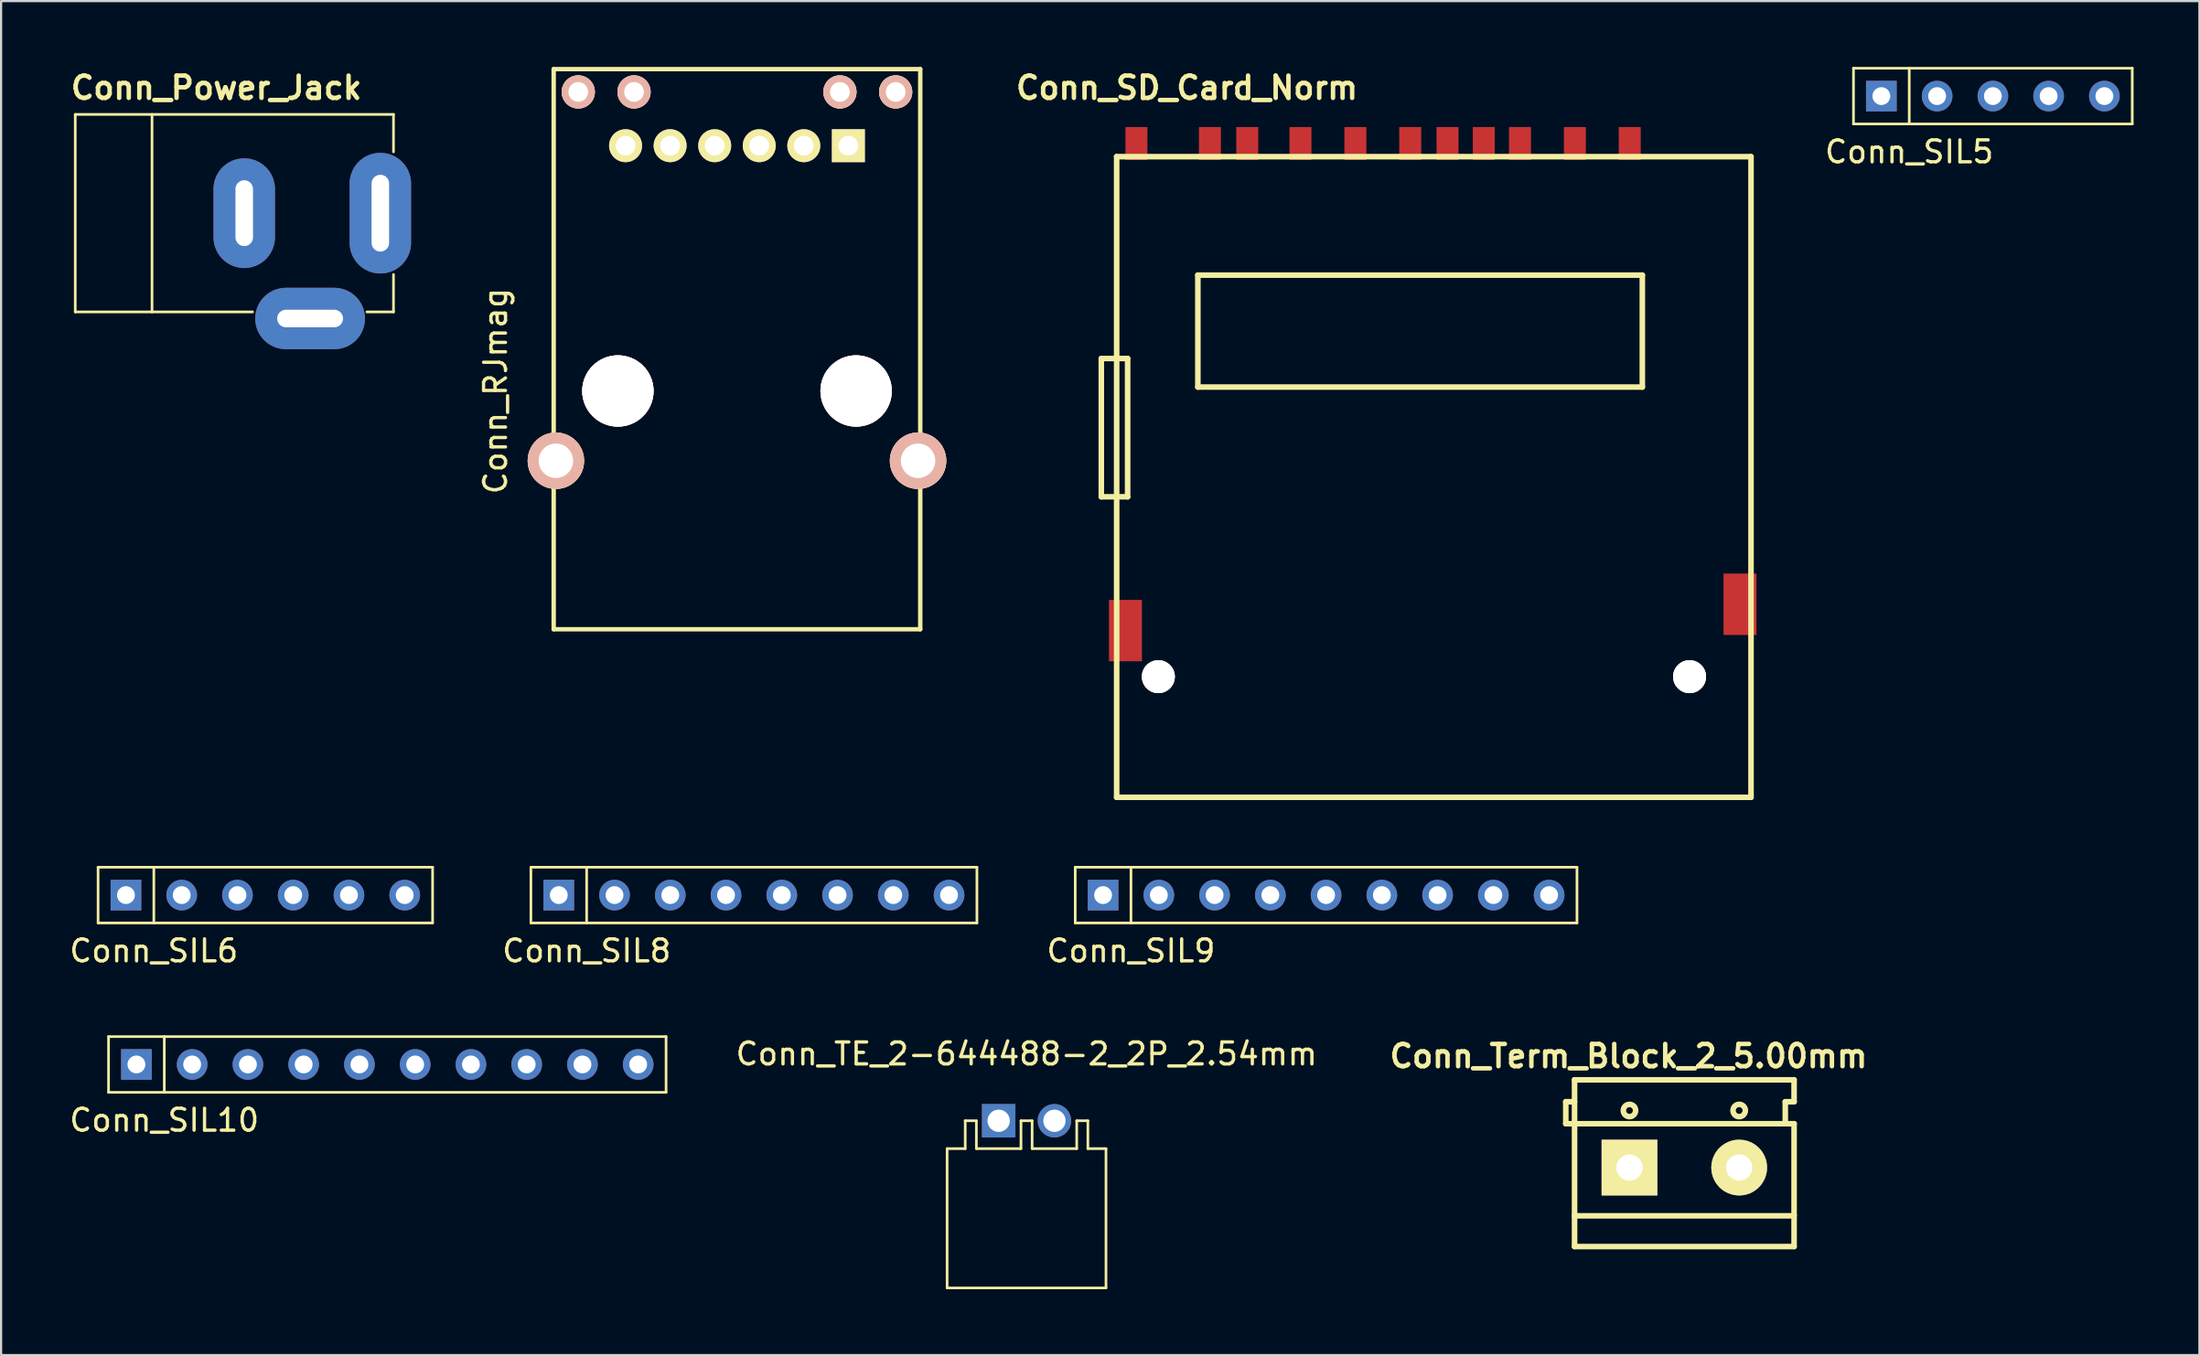
<source format=kicad_pcb>
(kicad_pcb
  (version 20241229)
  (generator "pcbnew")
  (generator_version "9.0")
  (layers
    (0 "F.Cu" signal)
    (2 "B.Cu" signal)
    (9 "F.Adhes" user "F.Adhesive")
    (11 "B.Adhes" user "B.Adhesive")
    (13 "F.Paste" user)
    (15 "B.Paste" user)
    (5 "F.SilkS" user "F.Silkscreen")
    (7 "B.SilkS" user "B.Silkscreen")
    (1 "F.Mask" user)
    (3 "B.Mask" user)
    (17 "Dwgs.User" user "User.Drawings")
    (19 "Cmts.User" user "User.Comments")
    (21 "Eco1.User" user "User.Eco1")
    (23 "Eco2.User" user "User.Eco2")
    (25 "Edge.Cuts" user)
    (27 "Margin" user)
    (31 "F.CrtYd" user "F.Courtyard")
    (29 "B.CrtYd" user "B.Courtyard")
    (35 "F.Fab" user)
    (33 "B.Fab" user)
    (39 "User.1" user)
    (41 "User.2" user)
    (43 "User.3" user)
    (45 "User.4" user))
  (footprint "Conn_Power_Jack"
    (layer "F.Cu")
    (at 8.077 6.666)
    (property "Reference" "Conn_Power_Jack" (at -1.27 -5.715 0) (layer "F.SilkS") (effects (font (size 1.016 1.016) (thickness 0.203))))
    (attr through_hole)
    (fp_line (start -7.699 -4.501) (end 6.8 -4.501) (stroke (width 0.12) (type solid)) (layer "F.SilkS"))
    (fp_line (start -7.699 4.501) (end -7.699 -4.501) (stroke (width 0.12) (type solid)) (layer "F.SilkS"))
    (fp_line (start -7.699 4.501) (end 0.381 4.501) (stroke (width 0.12) (type solid)) (layer "F.SilkS"))
    (fp_line (start -4.201 -4.501) (end -4.201 4.501) (stroke (width 0.12) (type solid)) (layer "F.SilkS"))
    (fp_line (start 6.8 -2.794) (end 6.8 -4.501) (stroke (width 0.12) (type solid)) (layer "F.SilkS"))
    (fp_line (start 6.8 4.501) (end 5.588 4.501) (stroke (width 0.12) (type solid)) (layer "F.SilkS"))
    (fp_line (start 6.8 4.501) (end 6.8 2.794) (stroke (width 0.12) (type solid)) (layer "F.SilkS"))
    (pad "1" thru_hole oval (at 6.2 0) (size 2.799 5.499) (drill oval 0.8 3.5) (layers "*.Cu" "*.Mask"))
    (pad "2" thru_hole oval (at 0 0) (size 2.799 5.001) (drill oval 0.8 3) (layers "*.Cu" "*.Mask"))
    (pad "3" thru_hole oval (at 3 4.801) (size 5.001 2.799) (drill oval 3 0.8) (layers "*.Cu" "*.Mask")))
  (footprint "Conn_SIL8"
    (layer "F.Cu")
    (at 31.297 37.747)
    (property "Reference" "Conn_SIL8" (at -7.62 2.54 0) (layer "F.SilkS") (effects (font (size 1 1) (thickness 0.15))))
    (attr through_hole)
    (fp_line (start -10.16 -1.27) (end 10.16 -1.27) (stroke (width 0.12) (type solid)) (layer "F.SilkS"))
    (fp_line (start -10.16 1.27) (end -10.16 -1.27) (stroke (width 0.12) (type solid)) (layer "F.SilkS"))
    (fp_line (start -7.62 1.27) (end -7.62 -1.27) (stroke (width 0.12) (type solid)) (layer "F.SilkS"))
    (fp_line (start 10.16 -1.27) (end 10.16 1.27) (stroke (width 0.12) (type solid)) (layer "F.SilkS"))
    (fp_line (start 10.16 1.27) (end -10.16 1.27) (stroke (width 0.12) (type solid)) (layer "F.SilkS"))
    (pad "1" thru_hole rect (at -8.89 0) (size 1.397 1.397) (drill 0.813) (layers "*.Cu" "*.Mask"))
    (pad "2" thru_hole circle (at -6.35 0) (size 1.397 1.397) (drill 0.813) (layers "*.Cu" "*.Mask"))
    (pad "3" thru_hole circle (at -3.81 0) (size 1.397 1.397) (drill 0.813) (layers "*.Cu" "*.Mask"))
    (pad "4" thru_hole circle (at -1.27 0) (size 1.397 1.397) (drill 0.813) (layers "*.Cu" "*.Mask"))
    (pad "5" thru_hole circle (at 1.27 0) (size 1.397 1.397) (drill 0.813) (layers "*.Cu" "*.Mask"))
    (pad "6" thru_hole circle (at 3.81 0) (size 1.397 1.397) (drill 0.813) (layers "*.Cu" "*.Mask"))
    (pad "7" thru_hole circle (at 6.35 0) (size 1.397 1.397) (drill 0.813) (layers "*.Cu" "*.Mask"))
    (pad "8" thru_hole circle (at 8.89 0) (size 1.397 1.397) (drill 0.813) (layers "*.Cu" "*.Mask")))
  (footprint "Conn_SIL6"
    (layer "F.Cu")
    (at 9.038 37.747)
    (property "Reference" "Conn_SIL6" (at -5.08 2.54 0) (layer "F.SilkS") (effects (font (size 1 1) (thickness 0.15))))
    (attr through_hole)
    (fp_line (start -7.62 -1.27) (end 7.62 -1.27) (stroke (width 0.12) (type solid)) (layer "F.SilkS"))
    (fp_line (start -7.62 1.27) (end -7.62 -1.27) (stroke (width 0.12) (type solid)) (layer "F.SilkS"))
    (fp_line (start -5.08 1.27) (end -5.08 -1.27) (stroke (width 0.12) (type solid)) (layer "F.SilkS"))
    (fp_line (start 7.62 -1.27) (end 7.62 1.27) (stroke (width 0.12) (type solid)) (layer "F.SilkS"))
    (fp_line (start 7.62 1.27) (end -7.62 1.27) (stroke (width 0.12) (type solid)) (layer "F.SilkS"))
    (pad "1" thru_hole rect (at -6.35 0) (size 1.397 1.397) (drill 0.813) (layers "*.Cu" "*.Mask"))
    (pad "2" thru_hole circle (at -3.81 0) (size 1.397 1.397) (drill 0.813) (layers "*.Cu" "*.Mask"))
    (pad "3" thru_hole circle (at -1.27 0) (size 1.397 1.397) (drill 0.813) (layers "*.Cu" "*.Mask"))
    (pad "4" thru_hole circle (at 1.27 0) (size 1.397 1.397) (drill 0.813) (layers "*.Cu" "*.Mask"))
    (pad "5" thru_hole circle (at 3.81 0) (size 1.397 1.397) (drill 0.813) (layers "*.Cu" "*.Mask"))
    (pad "6" thru_hole circle (at 6.35 0) (size 1.397 1.397) (drill 0.813) (layers "*.Cu" "*.Mask")))
  (footprint "Conn_Term_Block_2_5.00mm"
    (layer "F.Cu")
    (at 73.685 50.166)
    (property "Reference" "Conn_Term_Block_2_5.00mm" (at -2.54 -5.08 0) (layer "F.SilkS") (effects (font (size 1.016 1.016) (thickness 0.203))))
    (attr through_hole)
    (fp_line (start -5.4 -3) (end -5.4 -1.999) (stroke (width 0.254) (type solid)) (layer "F.SilkS"))
    (fp_line (start -5.4 -1.999) (end -5.001 -1.999) (stroke (width 0.254) (type solid)) (layer "F.SilkS"))
    (fp_line (start -5.001 -4) (end -5.001 3.599) (stroke (width 0.254) (type solid)) (layer "F.SilkS"))
    (fp_line (start -5.001 -4) (end 5.001 -4) (stroke (width 0.254) (type solid)) (layer "F.SilkS"))
    (fp_line (start -5.001 -3) (end -5.4 -3) (stroke (width 0.254) (type solid)) (layer "F.SilkS"))
    (fp_line (start -5.001 2.2) (end 5.001 2.2) (stroke (width 0.254) (type solid)) (layer "F.SilkS"))
    (fp_line (start -5.001 3.599) (end 5.001 3.599) (stroke (width 0.254) (type solid)) (layer "F.SilkS"))
    (fp_line (start 4.6 -3) (end 5.001 -3) (stroke (width 0.254) (type solid)) (layer "F.SilkS"))
    (fp_line (start 4.6 -1.999) (end -5.001 -1.999) (stroke (width 0.254) (type solid)) (layer "F.SilkS"))
    (fp_line (start 4.6 -1.999) (end 4.6 -3) (stroke (width 0.254) (type solid)) (layer "F.SilkS"))
    (fp_line (start 5.001 -4) (end 5.001 -3) (stroke (width 0.254) (type solid)) (layer "F.SilkS"))
    (fp_line (start 5.001 -1.999) (end 4.6 -1.999) (stroke (width 0.254) (type solid)) (layer "F.SilkS"))
    (fp_line (start 5.001 -1.999) (end 5.001 3.599) (stroke (width 0.254) (type solid)) (layer "F.SilkS"))
    (fp_circle (center -2.499 -2.601) (end -2.697 -2.799) (stroke (width 0.254) (type solid)) (fill no) (layer "F.SilkS"))
    (fp_circle (center 2.499 -2.601) (end 2.299 -2.799) (stroke (width 0.254) (type solid)) (fill no) (layer "F.SilkS"))
    (pad "1" thru_hole rect (at -2.499 0) (size 2.54 2.54) (drill 1.199) (layers "*.Cu" "*.Mask" "F.SilkS"))
    (pad "2" thru_hole circle (at 2.499 0) (size 2.54 2.54) (drill 1.199) (layers "*.Cu" "*.Mask" "F.SilkS")))
  (footprint "Conn_SIL10"
    (layer "F.Cu")
    (at 14.595 45.466)
    (property "Reference" "Conn_SIL10" (at -10.16 2.54 0) (layer "F.SilkS") (effects (font (size 1 1) (thickness 0.15))))
    (attr through_hole)
    (fp_line (start -12.7 -1.27) (end 12.7 -1.27) (stroke (width 0.12) (type solid)) (layer "F.SilkS"))
    (fp_line (start -12.7 1.27) (end -12.7 -1.27) (stroke (width 0.12) (type solid)) (layer "F.SilkS"))
    (fp_line (start -10.16 1.27) (end -10.16 -1.27) (stroke (width 0.12) (type solid)) (layer "F.SilkS"))
    (fp_line (start 12.7 -1.27) (end 12.7 1.27) (stroke (width 0.12) (type solid)) (layer "F.SilkS"))
    (fp_line (start 12.7 1.27) (end -12.7 1.27) (stroke (width 0.12) (type solid)) (layer "F.SilkS"))
    (pad "1" thru_hole rect (at -11.43 0) (size 1.397 1.397) (drill 0.813) (layers "*.Cu" "*.Mask"))
    (pad "2" thru_hole circle (at -8.89 0) (size 1.397 1.397) (drill 0.813) (layers "*.Cu" "*.Mask"))
    (pad "3" thru_hole circle (at -6.35 0) (size 1.397 1.397) (drill 0.813) (layers "*.Cu" "*.Mask"))
    (pad "4" thru_hole circle (at -3.81 0) (size 1.397 1.397) (drill 0.813) (layers "*.Cu" "*.Mask"))
    (pad "5" thru_hole circle (at -1.27 0) (size 1.397 1.397) (drill 0.813) (layers "*.Cu" "*.Mask"))
    (pad "6" thru_hole circle (at 1.27 0) (size 1.397 1.397) (drill 0.813) (layers "*.Cu" "*.Mask"))
    (pad "7" thru_hole circle (at 3.81 0) (size 1.397 1.397) (drill 0.813) (layers "*.Cu" "*.Mask"))
    (pad "8" thru_hole circle (at 6.35 0) (size 1.397 1.397) (drill 0.813) (layers "*.Cu" "*.Mask"))
    (pad "9" thru_hole circle (at 8.89 0) (size 1.397 1.397) (drill 0.813) (layers "*.Cu" "*.Mask"))
    (pad "10" thru_hole circle (at 11.43 0) (size 1.397 1.397) (drill 0.813) (layers "*.Cu" "*.Mask")))
  (footprint "Conn_SIL9"
    (layer "F.Cu")
    (at 57.365 37.747)
    (property "Reference" "Conn_SIL9" (at -8.89 2.54 0) (layer "F.SilkS") (effects (font (size 1 1) (thickness 0.15))))
    (attr through_hole)
    (fp_line (start -11.43 -1.27) (end 11.43 -1.27) (stroke (width 0.12) (type solid)) (layer "F.SilkS"))
    (fp_line (start -11.43 1.27) (end -11.43 -1.27) (stroke (width 0.12) (type solid)) (layer "F.SilkS"))
    (fp_line (start -8.89 1.27) (end -8.89 -1.27) (stroke (width 0.12) (type solid)) (layer "F.SilkS"))
    (fp_line (start 11.43 -1.27) (end 11.43 1.27) (stroke (width 0.12) (type solid)) (layer "F.SilkS"))
    (fp_line (start 11.43 1.27) (end -11.43 1.27) (stroke (width 0.12) (type solid)) (layer "F.SilkS"))
    (pad "1" thru_hole rect (at -10.16 0) (size 1.397 1.397) (drill 0.813) (layers "*.Cu" "*.Mask"))
    (pad "2" thru_hole circle (at -7.62 0) (size 1.397 1.397) (drill 0.813) (layers "*.Cu" "*.Mask"))
    (pad "3" thru_hole circle (at -5.08 0) (size 1.397 1.397) (drill 0.813) (layers "*.Cu" "*.Mask"))
    (pad "4" thru_hole circle (at -2.54 0) (size 1.397 1.397) (drill 0.813) (layers "*.Cu" "*.Mask"))
    (pad "5" thru_hole circle (at 0 0) (size 1.397 1.397) (drill 0.813) (layers "*.Cu" "*.Mask"))
    (pad "6" thru_hole circle (at 2.54 0) (size 1.397 1.397) (drill 0.813) (layers "*.Cu" "*.Mask"))
    (pad "7" thru_hole circle (at 5.08 0) (size 1.397 1.397) (drill 0.813) (layers "*.Cu" "*.Mask"))
    (pad "8" thru_hole circle (at 7.62 0) (size 1.397 1.397) (drill 0.813) (layers "*.Cu" "*.Mask"))
    (pad "9" thru_hole circle (at 10.16 0) (size 1.397 1.397) (drill 0.813) (layers "*.Cu" "*.Mask")))
  (footprint "Conn_TE_2-644488-2_2P_2.54mm"
    (layer "F.Cu")
    (at 43.718 48.032)
    (property "Reference" "Conn_TE_2-644488-2_2P_2.54mm" (at 0 -3.048 0) (layer "F.SilkS") (effects (font (size 1 1) (thickness 0.15))))
    (attr through_hole)
    (fp_line (start -3.619 1.27) (end -3.619 7.62) (stroke (width 0.12) (type solid)) (layer "F.SilkS"))
    (fp_line (start -2.794 0) (end -2.794 1.27) (stroke (width 0.12) (type solid)) (layer "F.SilkS"))
    (fp_line (start -2.794 1.27) (end -3.619 1.27) (stroke (width 0.12) (type solid)) (layer "F.SilkS"))
    (fp_line (start -2.286 0) (end -2.794 0) (stroke (width 0.12) (type solid)) (layer "F.SilkS"))
    (fp_line (start -2.286 1.27) (end -2.286 0) (stroke (width 0.12) (type solid)) (layer "F.SilkS"))
    (fp_line (start -0.254 0) (end -0.254 1.27) (stroke (width 0.12) (type solid)) (layer "F.SilkS"))
    (fp_line (start -0.254 0) (end 0.254 0) (stroke (width 0.12) (type solid)) (layer "F.SilkS"))
    (fp_line (start -0.254 1.27) (end -2.286 1.27) (stroke (width 0.12) (type solid)) (layer "F.SilkS"))
    (fp_line (start 0.254 0) (end 0.254 1.27) (stroke (width 0.12) (type solid)) (layer "F.SilkS"))
    (fp_line (start 0.254 1.27) (end 2.286 1.27) (stroke (width 0.12) (type solid)) (layer "F.SilkS"))
    (fp_line (start 2.286 0) (end 2.794 0) (stroke (width 0.12) (type solid)) (layer "F.SilkS"))
    (fp_line (start 2.286 1.27) (end 2.286 0) (stroke (width 0.12) (type solid)) (layer "F.SilkS"))
    (fp_line (start 2.794 0) (end 2.794 1.27) (stroke (width 0.12) (type solid)) (layer "F.SilkS"))
    (fp_line (start 2.794 1.27) (end 3.619 1.27) (stroke (width 0.12) (type solid)) (layer "F.SilkS"))
    (fp_line (start 3.619 7.62) (end -3.619 7.62) (stroke (width 0.12) (type solid)) (layer "F.SilkS"))
    (fp_line (start 3.619 7.62) (end 3.619 1.27) (stroke (width 0.12) (type solid)) (layer "F.SilkS"))
    (pad "1" thru_hole rect (at -1.27 0) (size 1.524 1.524) (drill 1.016) (layers "*.Cu" "*.Mask"))
    (pad "2" thru_hole circle (at 1.27 0) (size 1.524 1.524) (drill 1.016) (layers "*.Cu" "*.Mask")))
  (footprint "Conn_RJmag"
    (layer "F.Cu")
    (at 30.525 14.77)
    (property "Reference" "Conn_RJmag" (at -11 0 90) (layer "F.SilkS") (effects (font (size 1 1) (thickness 0.15))))
    (attr through_hole)
    (fp_line (start -8.35 10.86) (end -8.35 -14.67) (stroke (width 0.2) (type solid)) (layer "F.SilkS"))
    (fp_line (start -8.35 10.86) (end 8.35 10.86) (stroke (width 0.2) (type solid)) (layer "F.SilkS"))
    (fp_line (start 8.35 -14.67) (end -8.35 -14.67) (stroke (width 0.2) (type solid)) (layer "F.SilkS"))
    (fp_line (start 8.35 10.86) (end 8.35 -14.67) (stroke (width 0.2) (type solid)) (layer "F.SilkS"))
    (pad "1" thru_hole rect (at 5.075 -11.18) (size 1.501 1.501) (drill 0.899) (layers "*.Cu" "*.Mask" "F.SilkS"))
    (pad "2" thru_hole circle (at 3.045 -11.18) (size 1.501 1.501) (drill 0.899) (layers "*.Cu" "*.Mask" "F.SilkS"))
    (pad "3" thru_hole circle (at 1.015 -11.18) (size 1.501 1.501) (drill 0.899) (layers "*.Cu" "*.Mask" "F.SilkS"))
    (pad "4" thru_hole circle (at -1.015 -11.18) (size 1.501 1.501) (drill 0.899) (layers "*.Cu" "*.Mask" "F.SilkS"))
    (pad "5" thru_hole circle (at -3.045 -11.18) (size 1.501 1.501) (drill 0.899) (layers "*.Cu" "*.Mask" "F.SilkS"))
    (pad "6" thru_hole circle (at -5.075 -11.18) (size 1.501 1.501) (drill 0.899) (layers "*.Cu" "*.Mask" "F.SilkS"))
    (pad "7" thru_hole circle (at 7.23 -13.63) (size 1.511 1.511) (drill 0.899) (layers "*.Cu" "*.SilkS" "*.Mask"))
    (pad "8" thru_hole circle (at 4.69 -13.63) (size 1.511 1.511) (drill 0.899) (layers "*.Cu" "*.SilkS" "*.Mask"))
    (pad "9" thru_hole circle (at -4.69 -13.63) (size 1.511 1.511) (drill 0.899) (layers "*.Cu" "*.SilkS" "*.Mask"))
    (pad "10" thru_hole circle (at -7.23 -13.63) (size 1.511 1.511) (drill 0.899) (layers "*.Cu" "*.SilkS" "*.Mask"))
    (pad "11" thru_hole circle (at 8.25 3.18) (size 2.57 2.57) (drill 1.57) (layers "*.Cu" "*.SilkS" "*.Mask"))
    (pad "12" thru_hole circle (at -8.25 3.18) (size 2.57 2.57) (drill 1.57) (layers "*.Cu" "*.SilkS" "*.Mask"))
    (pad "Hole" thru_hole circle (at -5.425 0) (size 3.25 3.25) (drill 3.25) (layers "*.Cu" "*.SilkS" "*.Mask"))
    (pad "Hole" thru_hole circle (at 5.428 0) (size 3.25 3.25) (drill 3.25) (layers "*.Cu" "*.SilkS" "*.Mask")))
  (footprint "Conn_SD_Card_Norm"
    (layer "F.Cu")
    (at 61.823 3.491)
    (property "Reference" "Conn_SD_Card_Norm" (at -10.795 -2.54 0) (layer "F.SilkS") (effects (font (size 1.016 1.016) (thickness 0.203))))
    (attr through_hole)
    (fp_line (start -14.699 9.799) (end -13.5 9.799) (stroke (width 0.254) (type solid)) (layer "F.SilkS"))
    (fp_line (start -14.699 16.101) (end -14.699 9.799) (stroke (width 0.254) (type solid)) (layer "F.SilkS"))
    (fp_line (start -14 0.599) (end 14.9 0.599) (stroke (width 0.254) (type solid)) (layer "F.SilkS"))
    (fp_line (start -14 29.799) (end -14 0.599) (stroke (width 0.254) (type solid)) (layer "F.SilkS"))
    (fp_line (start -13.5 9.799) (end -13.5 16.101) (stroke (width 0.254) (type solid)) (layer "F.SilkS"))
    (fp_line (start -13.5 16.101) (end -14.699 16.101) (stroke (width 0.254) (type solid)) (layer "F.SilkS"))
    (fp_line (start -10.3 5.999) (end -10.3 11.1) (stroke (width 0.254) (type solid)) (layer "F.SilkS"))
    (fp_line (start -10.3 11.1) (end 9.949 11.1) (stroke (width 0.254) (type solid)) (layer "F.SilkS"))
    (fp_line (start 9.949 5.999) (end -10.3 5.999) (stroke (width 0.254) (type solid)) (layer "F.SilkS"))
    (fp_line (start 9.949 11.1) (end 9.949 5.999) (stroke (width 0.254) (type solid)) (layer "F.SilkS"))
    (fp_line (start 14.9 0.599) (end 14.9 29.799) (stroke (width 0.254) (type solid)) (layer "F.SilkS"))
    (fp_line (start 14.9 29.799) (end -14 29.799) (stroke (width 0.254) (type solid)) (layer "F.SilkS"))
    (pad "" thru_hole circle (at -12.101 24.3) (size 1.501 1.501) (drill 1.501) (layers "*.Cu" "*.Mask" "F.SilkS"))
    (pad "" thru_hole circle (at 12.101 24.3) (size 1.501 1.501) (drill 1.501) (layers "*.Cu" "*.Mask" "F.SilkS"))
    (pad "1" smd rect (at 6.876 0) (size 1.001 1.501) (layers "F.Cu" "F.Mask" "F.Paste"))
    (pad "2" smd rect (at 4.374 0) (size 1.001 1.501) (layers "F.Cu" "F.Mask" "F.Paste"))
    (pad "3" smd rect (at 1.074 0) (size 1.001 1.501) (layers "F.Cu" "F.Mask" "F.Paste"))
    (pad "4" smd rect (at -0.625 0) (size 1.001 1.501) (layers "F.Cu" "F.Mask" "F.Paste"))
    (pad "5" smd rect (at -3.124 0) (size 1.001 1.501) (layers "F.Cu" "F.Mask" "F.Paste"))
    (pad "6" smd rect (at -5.626 0) (size 1.001 1.501) (layers "F.Cu" "F.Mask" "F.Paste"))
    (pad "7" smd rect (at -8.049 0) (size 1.001 1.501) (layers "F.Cu" "F.Mask" "F.Paste"))
    (pad "8" smd rect (at -9.751 0) (size 1.001 1.501) (layers "F.Cu" "F.Mask" "F.Paste"))
    (pad "9" smd rect (at 9.375 0) (size 1.001 1.501) (layers "F.Cu" "F.Mask" "F.Paste"))
    (pad "CD" smd rect (at 2.725 0) (size 1.001 1.501) (layers "F.Cu" "F.Mask" "F.Paste"))
    (pad "GND" smd rect (at -13.599 22.2) (size 1.501 2.799) (layers "F.Cu" "F.Mask" "F.Paste"))
    (pad "GND" smd rect (at 14.399 21.001) (size 1.501 2.799) (layers "F.Cu" "F.Mask" "F.Paste"))
    (pad "WP" smd rect (at -13.099 0) (size 1.001 1.501) (layers "F.Cu" "F.Mask" "F.Paste")))
  (footprint "Conn_SIL5"
    (layer "F.Cu")
    (at 87.742 1.33)
    (property "Reference" "Conn_SIL5" (at -3.81 2.54 0) (layer "F.SilkS") (effects (font (size 1 1) (thickness 0.15))))
    (attr through_hole)
    (fp_line (start -6.35 -1.27) (end 6.35 -1.27) (stroke (width 0.12) (type solid)) (layer "F.SilkS"))
    (fp_line (start -6.35 1.27) (end -6.35 -1.27) (stroke (width 0.12) (type solid)) (layer "F.SilkS"))
    (fp_line (start -3.81 1.27) (end -3.81 -1.27) (stroke (width 0.12) (type solid)) (layer "F.SilkS"))
    (fp_line (start 6.35 -1.27) (end 6.35 1.27) (stroke (width 0.12) (type solid)) (layer "F.SilkS"))
    (fp_line (start 6.35 1.27) (end -6.35 1.27) (stroke (width 0.12) (type solid)) (layer "F.SilkS"))
    (pad "1" thru_hole rect (at -5.08 0) (size 1.397 1.397) (drill 0.813) (layers "*.Cu" "*.Mask"))
    (pad "2" thru_hole circle (at -2.54 0) (size 1.397 1.397) (drill 0.813) (layers "*.Cu" "*.Mask"))
    (pad "3" thru_hole circle (at 0 0) (size 1.397 1.397) (drill 0.813) (layers "*.Cu" "*.Mask"))
    (pad "4" thru_hole circle (at 2.54 0) (size 1.397 1.397) (drill 0.813) (layers "*.Cu" "*.Mask"))
    (pad "5" thru_hole circle (at 5.08 0) (size 1.397 1.397) (drill 0.813) (layers "*.Cu" "*.Mask")))
  (gr_rect
    (start -3 -3)
    (end 97.152 58.712)
    (stroke (width 0.1) (type default))
    (fill no)
    (layer "Edge.Cuts")))
</source>
